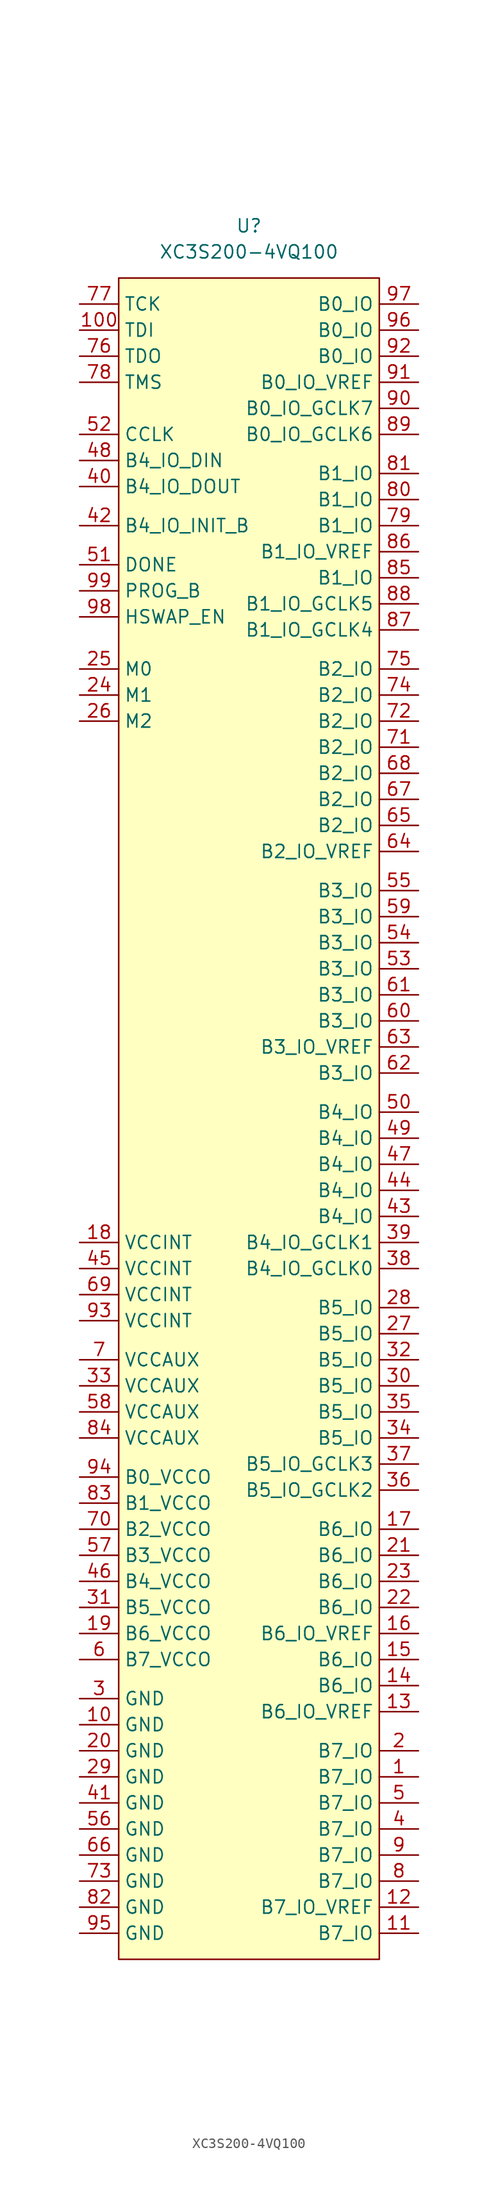
<source format=kicad_sym>
(kicad_symbol_lib
  (version 20231120)
  (generator "kicad_symbol_editor")
  (generator_version "8.0")
  (symbol "XC3S200-4VQ100"
    (property "Reference" "U"
      (at 0 87.63 0)
      (effects (font (size 1.27 1.27))))
    (property "Value" "XC3S200-4VQ100"
      (at 0 85.09 0)
      (effects (font (size 1.27 1.27))))
    (symbol "XC3S200-4VQ100_0_1"
      (rectangle (start -12.7 82.55) (end 12.7 -81.28) (stroke (width 0) (type default)) (fill (type background))))
    (symbol "XC3S200-4VQ100_1_1"
      (pin passive line (at 16.51 -63.5 180) (length 3.81) (name "B7_IO" (effects (font (size 1.27 1.27)))) (number "1" (effects (font (size 1.27 1.27)))))
      (pin power_in line (at -16.51 -58.42 0) (length 3.81) (name "GND" (effects (font (size 1.27 1.27)))) (number "10" (effects (font (size 1.27 1.27)))))
      (pin input line (at -16.51 77.47 0) (length 3.81) (name "TDI" (effects (font (size 1.27 1.27)))) (number "100" (effects (font (size 1.27 1.27)))))
      (pin passive line (at 16.51 -78.74 180) (length 3.81) (name "B7_IO" (effects (font (size 1.27 1.27)))) (number "11" (effects (font (size 1.27 1.27)))))
      (pin passive line (at 16.51 -76.2 180) (length 3.81) (name "B7_IO_VREF" (effects (font (size 1.27 1.27)))) (number "12" (effects (font (size 1.27 1.27)))))
      (pin passive line (at 16.51 -57.15 180) (length 3.81) (name "B6_IO_VREF" (effects (font (size 1.27 1.27)))) (number "13" (effects (font (size 1.27 1.27)))))
      (pin passive line (at 16.51 -54.61 180) (length 3.81) (name "B6_IO" (effects (font (size 1.27 1.27)))) (number "14" (effects (font (size 1.27 1.27)))))
      (pin passive line (at 16.51 -52.07 180) (length 3.81) (name "B6_IO" (effects (font (size 1.27 1.27)))) (number "15" (effects (font (size 1.27 1.27)))))
      (pin passive line (at 16.51 -49.53 180) (length 3.81) (name "B6_IO_VREF" (effects (font (size 1.27 1.27)))) (number "16" (effects (font (size 1.27 1.27)))))
      (pin passive line (at 16.51 -39.37 180) (length 3.81) (name "B6_IO" (effects (font (size 1.27 1.27)))) (number "17" (effects (font (size 1.27 1.27)))))
      (pin power_in line (at -16.51 -11.43 0) (length 3.81) (name "VCCINT" (effects (font (size 1.27 1.27)))) (number "18" (effects (font (size 1.27 1.27)))))
      (pin power_in line (at -16.51 -49.53 0) (length 3.81) (name "B6_VCCO" (effects (font (size 1.27 1.27)))) (number "19" (effects (font (size 1.27 1.27)))))
      (pin passive line (at 16.51 -60.96 180) (length 3.81) (name "B7_IO" (effects (font (size 1.27 1.27)))) (number "2" (effects (font (size 1.27 1.27)))))
      (pin power_in line (at -16.51 -60.96 0) (length 3.81) (name "GND" (effects (font (size 1.27 1.27)))) (number "20" (effects (font (size 1.27 1.27)))))
      (pin passive line (at 16.51 -41.91 180) (length 3.81) (name "B6_IO" (effects (font (size 1.27 1.27)))) (number "21" (effects (font (size 1.27 1.27)))))
      (pin passive line (at 16.51 -46.99 180) (length 3.81) (name "B6_IO" (effects (font (size 1.27 1.27)))) (number "22" (effects (font (size 1.27 1.27)))))
      (pin passive line (at 16.51 -44.45 180) (length 3.81) (name "B6_IO" (effects (font (size 1.27 1.27)))) (number "23" (effects (font (size 1.27 1.27)))))
      (pin input line (at -16.51 41.91 0) (length 3.81) (name "M1" (effects (font (size 1.27 1.27)))) (number "24" (effects (font (size 1.27 1.27)))))
      (pin input line (at -16.51 44.45 0) (length 3.81) (name "M0" (effects (font (size 1.27 1.27)))) (number "25" (effects (font (size 1.27 1.27)))))
      (pin input line (at -16.51 39.37 0) (length 3.81) (name "M2" (effects (font (size 1.27 1.27)))) (number "26" (effects (font (size 1.27 1.27)))))
      (pin passive line (at 16.51 -20.32 180) (length 3.81) (name "B5_IO" (effects (font (size 1.27 1.27)))) (number "27" (effects (font (size 1.27 1.27)))))
      (pin passive line (at 16.51 -17.78 180) (length 3.81) (name "B5_IO" (effects (font (size 1.27 1.27)))) (number "28" (effects (font (size 1.27 1.27)))))
      (pin power_in line (at -16.51 -63.5 0) (length 3.81) (name "GND" (effects (font (size 1.27 1.27)))) (number "29" (effects (font (size 1.27 1.27)))))
      (pin power_in line (at -16.51 -55.88 0) (length 3.81) (name "GND" (effects (font (size 1.27 1.27)))) (number "3" (effects (font (size 1.27 1.27)))))
      (pin passive line (at 16.51 -25.4 180) (length 3.81) (name "B5_IO" (effects (font (size 1.27 1.27)))) (number "30" (effects (font (size 1.27 1.27)))))
      (pin power_in line (at -16.51 -46.99 0) (length 3.81) (name "B5_VCCO" (effects (font (size 1.27 1.27)))) (number "31" (effects (font (size 1.27 1.27)))))
      (pin passive line (at 16.51 -22.86 180) (length 3.81) (name "B5_IO" (effects (font (size 1.27 1.27)))) (number "32" (effects (font (size 1.27 1.27)))))
      (pin power_in line (at -16.51 -25.4 0) (length 3.81) (name "VCCAUX" (effects (font (size 1.27 1.27)))) (number "33" (effects (font (size 1.27 1.27)))))
      (pin passive line (at 16.51 -30.48 180) (length 3.81) (name "B5_IO" (effects (font (size 1.27 1.27)))) (number "34" (effects (font (size 1.27 1.27)))))
      (pin passive line (at 16.51 -27.94 180) (length 3.81) (name "B5_IO" (effects (font (size 1.27 1.27)))) (number "35" (effects (font (size 1.27 1.27)))))
      (pin passive line (at 16.51 -35.56 180) (length 3.81) (name "B5_IO_GCLK2" (effects (font (size 1.27 1.27)))) (number "36" (effects (font (size 1.27 1.27)))))
      (pin passive line (at 16.51 -33.02 180) (length 3.81) (name "B5_IO_GCLK3" (effects (font (size 1.27 1.27)))) (number "37" (effects (font (size 1.27 1.27)))))
      (pin passive line (at 16.51 -13.97 180) (length 3.81) (name "B4_IO_GCLK0" (effects (font (size 1.27 1.27)))) (number "38" (effects (font (size 1.27 1.27)))))
      (pin passive line (at 16.51 -11.43 180) (length 3.81) (name "B4_IO_GCLK1" (effects (font (size 1.27 1.27)))) (number "39" (effects (font (size 1.27 1.27)))))
      (pin passive line (at 16.51 -68.58 180) (length 3.81) (name "B7_IO" (effects (font (size 1.27 1.27)))) (number "4" (effects (font (size 1.27 1.27)))))
      (pin passive line (at -16.51 62.23 0) (length 3.81) (name "B4_IO_DOUT" (effects (font (size 1.27 1.27)))) (number "40" (effects (font (size 1.27 1.27)))))
      (pin power_in line (at -16.51 -66.04 0) (length 3.81) (name "GND" (effects (font (size 1.27 1.27)))) (number "41" (effects (font (size 1.27 1.27)))))
      (pin passive line (at -16.51 58.42 0) (length 3.81) (name "B4_IO_INIT_B" (effects (font (size 1.27 1.27)))) (number "42" (effects (font (size 1.27 1.27)))))
      (pin passive line (at 16.51 -8.89 180) (length 3.81) (name "B4_IO" (effects (font (size 1.27 1.27)))) (number "43" (effects (font (size 1.27 1.27)))))
      (pin passive line (at 16.51 -6.35 180) (length 3.81) (name "B4_IO" (effects (font (size 1.27 1.27)))) (number "44" (effects (font (size 1.27 1.27)))))
      (pin power_in line (at -16.51 -13.97 0) (length 3.81) (name "VCCINT" (effects (font (size 1.27 1.27)))) (number "45" (effects (font (size 1.27 1.27)))))
      (pin power_in line (at -16.51 -44.45 0) (length 3.81) (name "B4_VCCO" (effects (font (size 1.27 1.27)))) (number "46" (effects (font (size 1.27 1.27)))))
      (pin passive line (at 16.51 -3.81 180) (length 3.81) (name "B4_IO" (effects (font (size 1.27 1.27)))) (number "47" (effects (font (size 1.27 1.27)))))
      (pin passive line (at -16.51 64.77 0) (length 3.81) (name "B4_IO_DIN" (effects (font (size 1.27 1.27)))) (number "48" (effects (font (size 1.27 1.27)))))
      (pin passive line (at 16.51 -1.27 180) (length 3.81) (name "B4_IO" (effects (font (size 1.27 1.27)))) (number "49" (effects (font (size 1.27 1.27)))))
      (pin passive line (at 16.51 -66.04 180) (length 3.81) (name "B7_IO" (effects (font (size 1.27 1.27)))) (number "5" (effects (font (size 1.27 1.27)))))
      (pin passive line (at 16.51 1.27 180) (length 3.81) (name "B4_IO" (effects (font (size 1.27 1.27)))) (number "50" (effects (font (size 1.27 1.27)))))
      (pin output line (at -16.51 54.61 0) (length 3.81) (name "DONE" (effects (font (size 1.27 1.27)))) (number "51" (effects (font (size 1.27 1.27)))))
      (pin input line (at -16.51 67.31 0) (length 3.81) (name "CCLK" (effects (font (size 1.27 1.27)))) (number "52" (effects (font (size 1.27 1.27)))))
      (pin passive line (at 16.51 15.24 180) (length 3.81) (name "B3_IO" (effects (font (size 1.27 1.27)))) (number "53" (effects (font (size 1.27 1.27)))))
      (pin passive line (at 16.51 17.78 180) (length 3.81) (name "B3_IO" (effects (font (size 1.27 1.27)))) (number "54" (effects (font (size 1.27 1.27)))))
      (pin passive line (at 16.51 22.86 180) (length 3.81) (name "B3_IO" (effects (font (size 1.27 1.27)))) (number "55" (effects (font (size 1.27 1.27)))))
      (pin power_in line (at -16.51 -68.58 0) (length 3.81) (name "GND" (effects (font (size 1.27 1.27)))) (number "56" (effects (font (size 1.27 1.27)))))
      (pin power_in line (at -16.51 -41.91 0) (length 3.81) (name "B3_VCCO" (effects (font (size 1.27 1.27)))) (number "57" (effects (font (size 1.27 1.27)))))
      (pin power_in line (at -16.51 -27.94 0) (length 3.81) (name "VCCAUX" (effects (font (size 1.27 1.27)))) (number "58" (effects (font (size 1.27 1.27)))))
      (pin passive line (at 16.51 20.32 180) (length 3.81) (name "B3_IO" (effects (font (size 1.27 1.27)))) (number "59" (effects (font (size 1.27 1.27)))))
      (pin power_in line (at -16.51 -52.07 0) (length 3.81) (name "B7_VCCO" (effects (font (size 1.27 1.27)))) (number "6" (effects (font (size 1.27 1.27)))))
      (pin passive line (at 16.51 10.16 180) (length 3.81) (name "B3_IO" (effects (font (size 1.27 1.27)))) (number "60" (effects (font (size 1.27 1.27)))))
      (pin passive line (at 16.51 12.7 180) (length 3.81) (name "B3_IO" (effects (font (size 1.27 1.27)))) (number "61" (effects (font (size 1.27 1.27)))))
      (pin passive line (at 16.51 5.08 180) (length 3.81) (name "B3_IO" (effects (font (size 1.27 1.27)))) (number "62" (effects (font (size 1.27 1.27)))))
      (pin passive line (at 16.51 7.62 180) (length 3.81) (name "B3_IO_VREF" (effects (font (size 1.27 1.27)))) (number "63" (effects (font (size 1.27 1.27)))))
      (pin passive line (at 16.51 26.67 180) (length 3.81) (name "B2_IO_VREF" (effects (font (size 1.27 1.27)))) (number "64" (effects (font (size 1.27 1.27)))))
      (pin passive line (at 16.51 29.21 180) (length 3.81) (name "B2_IO" (effects (font (size 1.27 1.27)))) (number "65" (effects (font (size 1.27 1.27)))))
      (pin power_in line (at -16.51 -71.12 0) (length 3.81) (name "GND" (effects (font (size 1.27 1.27)))) (number "66" (effects (font (size 1.27 1.27)))))
      (pin passive line (at 16.51 31.75 180) (length 3.81) (name "B2_IO" (effects (font (size 1.27 1.27)))) (number "67" (effects (font (size 1.27 1.27)))))
      (pin passive line (at 16.51 34.29 180) (length 3.81) (name "B2_IO" (effects (font (size 1.27 1.27)))) (number "68" (effects (font (size 1.27 1.27)))))
      (pin power_in line (at -16.51 -16.51 0) (length 3.81) (name "VCCINT" (effects (font (size 1.27 1.27)))) (number "69" (effects (font (size 1.27 1.27)))))
      (pin power_in line (at -16.51 -22.86 0) (length 3.81) (name "VCCAUX" (effects (font (size 1.27 1.27)))) (number "7" (effects (font (size 1.27 1.27)))))
      (pin power_in line (at -16.51 -39.37 0) (length 3.81) (name "B2_VCCO" (effects (font (size 1.27 1.27)))) (number "70" (effects (font (size 1.27 1.27)))))
      (pin passive line (at 16.51 36.83 180) (length 3.81) (name "B2_IO" (effects (font (size 1.27 1.27)))) (number "71" (effects (font (size 1.27 1.27)))))
      (pin passive line (at 16.51 39.37 180) (length 3.81) (name "B2_IO" (effects (font (size 1.27 1.27)))) (number "72" (effects (font (size 1.27 1.27)))))
      (pin power_in line (at -16.51 -73.66 0) (length 3.81) (name "GND" (effects (font (size 1.27 1.27)))) (number "73" (effects (font (size 1.27 1.27)))))
      (pin passive line (at 16.51 41.91 180) (length 3.81) (name "B2_IO" (effects (font (size 1.27 1.27)))) (number "74" (effects (font (size 1.27 1.27)))))
      (pin passive line (at 16.51 44.45 180) (length 3.81) (name "B2_IO" (effects (font (size 1.27 1.27)))) (number "75" (effects (font (size 1.27 1.27)))))
      (pin output line (at -16.51 74.93 0) (length 3.81) (name "TDO" (effects (font (size 1.27 1.27)))) (number "76" (effects (font (size 1.27 1.27)))))
      (pin input line (at -16.51 80.01 0) (length 3.81) (name "TCK" (effects (font (size 1.27 1.27)))) (number "77" (effects (font (size 1.27 1.27)))))
      (pin input line (at -16.51 72.39 0) (length 3.81) (name "TMS" (effects (font (size 1.27 1.27)))) (number "78" (effects (font (size 1.27 1.27)))))
      (pin passive line (at 16.51 58.42 180) (length 3.81) (name "B1_IO" (effects (font (size 1.27 1.27)))) (number "79" (effects (font (size 1.27 1.27)))))
      (pin passive line (at 16.51 -73.66 180) (length 3.81) (name "B7_IO" (effects (font (size 1.27 1.27)))) (number "8" (effects (font (size 1.27 1.27)))))
      (pin passive line (at 16.51 60.96 180) (length 3.81) (name "B1_IO" (effects (font (size 1.27 1.27)))) (number "80" (effects (font (size 1.27 1.27)))))
      (pin passive line (at 16.51 63.5 180) (length 3.81) (name "B1_IO" (effects (font (size 1.27 1.27)))) (number "81" (effects (font (size 1.27 1.27)))))
      (pin power_in line (at -16.51 -76.2 0) (length 3.81) (name "GND" (effects (font (size 1.27 1.27)))) (number "82" (effects (font (size 1.27 1.27)))))
      (pin power_in line (at -16.51 -36.83 0) (length 3.81) (name "B1_VCCO" (effects (font (size 1.27 1.27)))) (number "83" (effects (font (size 1.27 1.27)))))
      (pin power_in line (at -16.51 -30.48 0) (length 3.81) (name "VCCAUX" (effects (font (size 1.27 1.27)))) (number "84" (effects (font (size 1.27 1.27)))))
      (pin passive line (at 16.51 53.34 180) (length 3.81) (name "B1_IO" (effects (font (size 1.27 1.27)))) (number "85" (effects (font (size 1.27 1.27)))))
      (pin passive line (at 16.51 55.88 180) (length 3.81) (name "B1_IO_VREF" (effects (font (size 1.27 1.27)))) (number "86" (effects (font (size 1.27 1.27)))))
      (pin passive line (at 16.51 48.26 180) (length 3.81) (name "B1_IO_GCLK4" (effects (font (size 1.27 1.27)))) (number "87" (effects (font (size 1.27 1.27)))))
      (pin passive line (at 16.51 50.8 180) (length 3.81) (name "B1_IO_GCLK5" (effects (font (size 1.27 1.27)))) (number "88" (effects (font (size 1.27 1.27)))))
      (pin passive line (at 16.51 67.31 180) (length 3.81) (name "B0_IO_GCLK6" (effects (font (size 1.27 1.27)))) (number "89" (effects (font (size 1.27 1.27)))))
      (pin passive line (at 16.51 -71.12 180) (length 3.81) (name "B7_IO" (effects (font (size 1.27 1.27)))) (number "9" (effects (font (size 1.27 1.27)))))
      (pin passive line (at 16.51 69.85 180) (length 3.81) (name "B0_IO_GCLK7" (effects (font (size 1.27 1.27)))) (number "90" (effects (font (size 1.27 1.27)))))
      (pin passive line (at 16.51 72.39 180) (length 3.81) (name "B0_IO_VREF" (effects (font (size 1.27 1.27)))) (number "91" (effects (font (size 1.27 1.27)))))
      (pin passive line (at 16.51 74.93 180) (length 3.81) (name "B0_IO" (effects (font (size 1.27 1.27)))) (number "92" (effects (font (size 1.27 1.27)))))
      (pin power_in line (at -16.51 -19.05 0) (length 3.81) (name "VCCINT" (effects (font (size 1.27 1.27)))) (number "93" (effects (font (size 1.27 1.27)))))
      (pin power_in line (at -16.51 -34.29 0) (length 3.81) (name "B0_VCCO" (effects (font (size 1.27 1.27)))) (number "94" (effects (font (size 1.27 1.27)))))
      (pin power_in line (at -16.51 -78.74 0) (length 3.81) (name "GND" (effects (font (size 1.27 1.27)))) (number "95" (effects (font (size 1.27 1.27)))))
      (pin passive line (at 16.51 77.47 180) (length 3.81) (name "B0_IO" (effects (font (size 1.27 1.27)))) (number "96" (effects (font (size 1.27 1.27)))))
      (pin passive line (at 16.51 80.01 180) (length 3.81) (name "B0_IO" (effects (font (size 1.27 1.27)))) (number "97" (effects (font (size 1.27 1.27)))))
      (pin input line (at -16.51 49.53 0) (length 3.81) (name "HSWAP_EN" (effects (font (size 1.27 1.27)))) (number "98" (effects (font (size 1.27 1.27)))))
      (pin input line (at -16.51 52.07 0) (length 3.81) (name "PROG_B" (effects (font (size 1.27 1.27)))) (number "99" (effects (font (size 1.27 1.27))))))))
</source>
